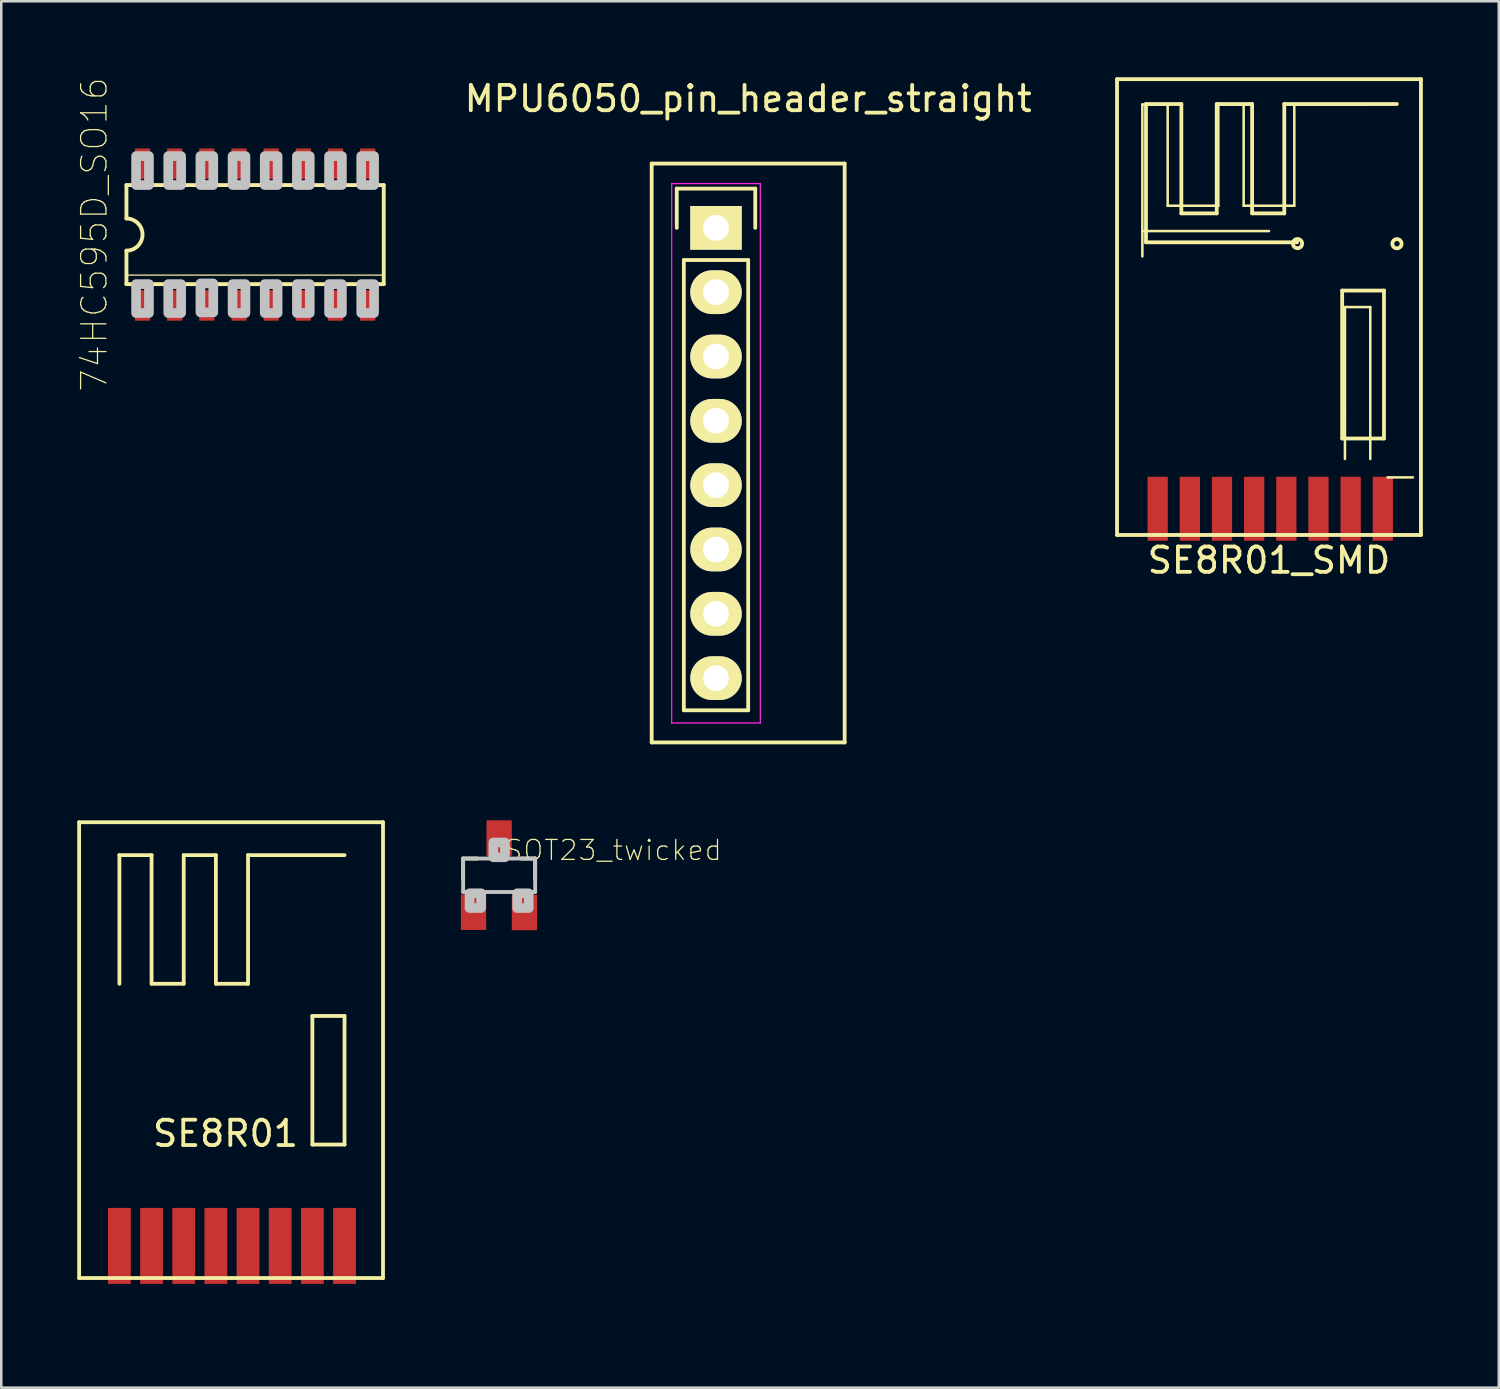
<source format=kicad_pcb>
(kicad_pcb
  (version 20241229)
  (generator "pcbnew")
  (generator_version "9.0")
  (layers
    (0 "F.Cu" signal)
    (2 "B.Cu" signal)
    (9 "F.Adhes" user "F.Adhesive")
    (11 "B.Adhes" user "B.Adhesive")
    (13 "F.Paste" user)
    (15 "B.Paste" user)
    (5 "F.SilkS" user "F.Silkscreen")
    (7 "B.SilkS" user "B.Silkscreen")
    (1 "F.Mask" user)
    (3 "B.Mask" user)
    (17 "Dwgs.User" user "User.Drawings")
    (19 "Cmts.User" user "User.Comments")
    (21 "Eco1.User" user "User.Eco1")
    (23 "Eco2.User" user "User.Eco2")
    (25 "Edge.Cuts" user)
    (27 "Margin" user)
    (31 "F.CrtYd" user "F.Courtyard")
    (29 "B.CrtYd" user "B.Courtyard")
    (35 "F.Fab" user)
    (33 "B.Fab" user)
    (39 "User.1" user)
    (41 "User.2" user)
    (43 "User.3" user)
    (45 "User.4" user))
  (footprint "SE8R01"
    (layer "F.Cu")
    (at 0.395 48.498)
    (property "Reference" "SE8R01" (at 5.459 -6.787 180) (layer "F.SilkS") (effects (font (size 1 1) (thickness 0.15))))
    (attr through_hole)
    (fp_line (start -0.32 -19.08) (end -0.32 -1.08) (stroke (width 0.15) (type solid)) (layer "F.SilkS"))
    (fp_line (start -0.32 -1.08) (end 11.68 -1.08) (stroke (width 0.15) (type solid)) (layer "F.SilkS"))
    (fp_line (start 1.27 -17.78) (end 2.54 -17.78) (stroke (width 0.15) (type solid)) (layer "F.SilkS"))
    (fp_line (start 1.27 -12.7) (end 1.27 -17.78) (stroke (width 0.15) (type solid)) (layer "F.SilkS"))
    (fp_line (start 2.54 -17.78) (end 2.54 -12.7) (stroke (width 0.15) (type solid)) (layer "F.SilkS"))
    (fp_line (start 2.54 -12.7) (end 3.81 -12.7) (stroke (width 0.15) (type solid)) (layer "F.SilkS"))
    (fp_line (start 3.81 -17.78) (end 5.08 -17.78) (stroke (width 0.15) (type solid)) (layer "F.SilkS"))
    (fp_line (start 3.81 -12.7) (end 3.81 -17.78) (stroke (width 0.15) (type solid)) (layer "F.SilkS"))
    (fp_line (start 5.08 -17.78) (end 5.08 -12.7) (stroke (width 0.15) (type solid)) (layer "F.SilkS"))
    (fp_line (start 5.08 -12.7) (end 6.35 -12.7) (stroke (width 0.15) (type solid)) (layer "F.SilkS"))
    (fp_line (start 6.35 -17.78) (end 10.16 -17.78) (stroke (width 0.15) (type solid)) (layer "F.SilkS"))
    (fp_line (start 6.35 -12.7) (end 6.35 -17.78) (stroke (width 0.15) (type solid)) (layer "F.SilkS"))
    (fp_line (start 8.89 -11.43) (end 10.16 -11.43) (stroke (width 0.15) (type solid)) (layer "F.SilkS"))
    (fp_line (start 8.89 -6.35) (end 8.89 -11.43) (stroke (width 0.15) (type solid)) (layer "F.SilkS"))
    (fp_line (start 10.16 -11.43) (end 10.16 -6.35) (stroke (width 0.15) (type solid)) (layer "F.SilkS"))
    (fp_line (start 10.16 -6.35) (end 8.89 -6.35) (stroke (width 0.15) (type solid)) (layer "F.SilkS"))
    (fp_line (start 11.68 -19.08) (end -0.32 -19.08) (stroke (width 0.15) (type solid)) (layer "F.SilkS"))
    (fp_line (start 11.68 -1.08) (end 11.68 -19.08) (stroke (width 0.15) (type solid)) (layer "F.SilkS"))
    (pad "1" smd rect (at 1.27 -2.35) (size 0.9 3) (layers "F.Cu"))
    (pad "2" smd rect (at 2.54 -2.35) (size 0.9 3) (layers "F.Cu"))
    (pad "3" smd rect (at 3.81 -2.35) (size 0.9 3) (layers "F.Cu"))
    (pad "4" smd rect (at 5.08 -2.35) (size 0.9 3) (layers "F.Cu"))
    (pad "5" smd rect (at 6.35 -2.35) (size 0.9 3) (layers "F.Cu"))
    (pad "6" smd rect (at 7.62 -2.35) (size 0.9 3) (layers "F.Cu"))
    (pad "7" smd rect (at 8.89 -2.35) (size 0.9 3) (layers "F.Cu"))
    (pad "8" smd rect (at 10.16 -2.35) (size 0.9 3) (layers "F.Cu")))
  (footprint "SOT23_twicked"
    (layer "F.Cu")
    (at 16.66 31.513)
    (property "Reference" "SOT23_twicked" (at 4.5 -0.99 0) (layer "F.SilkS") (effects (font (size 0.787 0.787) (thickness 0.05))))
    (attr smd)
    (fp_line (start -1.422 -0.66) (end -0.864 -0.66) (stroke (width 0.152) (type solid)) (layer "F.SilkS"))
    (fp_line (start -1.422 0.152) (end -1.422 -0.66) (stroke (width 0.152) (type solid)) (layer "F.SilkS"))
    (fp_line (start 0.864 -0.66) (end 1.422 -0.66) (stroke (width 0.152) (type solid)) (layer "F.SilkS"))
    (fp_line (start 1.422 -0.66) (end 1.422 0.152) (stroke (width 0.152) (type solid)) (layer "F.SilkS"))
    (fp_line (start -1.422 -0.66) (end 1.422 -0.66) (stroke (width 0.152) (type solid)) (layer "Dwgs.User"))
    (fp_line (start -1.422 0.66) (end -1.422 -0.66) (stroke (width 0.152) (type solid)) (layer "Dwgs.User"))
    (fp_line (start 1.422 -0.66) (end 1.422 0.66) (stroke (width 0.152) (type solid)) (layer "Dwgs.User"))
    (fp_line (start 1.422 0.66) (end -1.422 0.66) (stroke (width 0.152) (type solid)) (layer "Dwgs.User"))
    (fp_poly (pts (xy -1.168 0.711) (xy -0.711 0.711) (xy -0.711 1.295) (xy -1.168 1.295)) (stroke (width 0.381) (type solid)) (fill no) (layer "Dwgs.User"))
    (fp_poly (pts (xy -0.229 -1.295) (xy 0.229 -1.295) (xy 0.229 -0.711) (xy -0.229 -0.711)) (stroke (width 0.381) (type solid)) (fill no) (layer "Dwgs.User"))
    (fp_poly (pts (xy 0.711 0.711) (xy 1.168 0.711) (xy 1.168 1.295) (xy 0.711 1.295)) (stroke (width 0.381) (type solid)) (fill no) (layer "Dwgs.User"))
    (pad "1" smd rect (at -1.01 1.46) (size 1 1.4) (layers "F.Cu" "F.Mask" "F.Paste"))
    (pad "2" smd rect (at 1 1.47) (size 1 1.4) (layers "F.Cu" "F.Mask" "F.Paste"))
    (pad "3" smd rect (at 0 -1.47) (size 1 1.4) (layers "F.Cu" "F.Mask" "F.Paste")))
  (footprint "MPU6050_pin_header_straight"
    (layer "F.Cu")
    (at 25.224 5.948)
    (property "Reference" "MPU6050_pin_header_straight" (at 1.27 -5.1 0) (layer "F.SilkS") (effects (font (size 1 1) (thickness 0.15))))
    (attr through_hole)
    (fp_line (start -2.54 -2.54) (end 5.08 -2.54) (stroke (width 0.15) (type solid)) (layer "F.SilkS"))
    (fp_line (start -2.54 20.32) (end -2.54 -2.54) (stroke (width 0.15) (type solid)) (layer "F.SilkS"))
    (fp_line (start -1.55 -1.55) (end 1.55 -1.55) (stroke (width 0.15) (type solid)) (layer "F.SilkS"))
    (fp_line (start -1.55 0) (end -1.55 -1.55) (stroke (width 0.15) (type solid)) (layer "F.SilkS"))
    (fp_line (start -1.27 19.05) (end -1.27 1.27) (stroke (width 0.15) (type solid)) (layer "F.SilkS"))
    (fp_line (start 1.27 1.27) (end -1.27 1.27) (stroke (width 0.15) (type solid)) (layer "F.SilkS"))
    (fp_line (start 1.27 1.27) (end 1.27 19.05) (stroke (width 0.15) (type solid)) (layer "F.SilkS"))
    (fp_line (start 1.27 19.05) (end -1.27 19.05) (stroke (width 0.15) (type solid)) (layer "F.SilkS"))
    (fp_line (start 1.55 -1.55) (end 1.55 0) (stroke (width 0.15) (type solid)) (layer "F.SilkS"))
    (fp_line (start 5.08 -2.54) (end 5.08 20.32) (stroke (width 0.15) (type solid)) (layer "F.SilkS"))
    (fp_line (start 5.08 20.32) (end -2.54 20.32) (stroke (width 0.15) (type solid)) (layer "F.SilkS"))
    (fp_line (start -1.75 -1.75) (end -1.75 19.55) (stroke (width 0.05) (type solid)) (layer "F.CrtYd"))
    (fp_line (start -1.75 -1.75) (end 1.75 -1.75) (stroke (width 0.05) (type solid)) (layer "F.CrtYd"))
    (fp_line (start -1.75 19.55) (end 1.75 19.55) (stroke (width 0.05) (type solid)) (layer "F.CrtYd"))
    (fp_line (start 1.75 -1.75) (end 1.75 19.55) (stroke (width 0.05) (type solid)) (layer "F.CrtYd"))
    (pad "1" thru_hole rect (at 0 0) (size 2.032 1.727) (drill 1.016) (layers "*.Cu" "*.Mask" "F.SilkS"))
    (pad "2" thru_hole oval (at 0 2.54) (size 2.032 1.727) (drill 1.016) (layers "*.Cu" "*.Mask" "F.SilkS"))
    (pad "3" thru_hole oval (at 0 5.08) (size 2.032 1.727) (drill 1.016) (layers "*.Cu" "*.Mask" "F.SilkS"))
    (pad "4" thru_hole oval (at 0 7.62) (size 2.032 1.727) (drill 1.016) (layers "*.Cu" "*.Mask" "F.SilkS"))
    (pad "5" thru_hole oval (at 0 10.16) (size 2.032 1.727) (drill 1.016) (layers "*.Cu" "*.Mask" "F.SilkS"))
    (pad "6" thru_hole oval (at 0 12.7) (size 2.032 1.727) (drill 1.016) (layers "*.Cu" "*.Mask" "F.SilkS"))
    (pad "7" thru_hole oval (at 0 15.24) (size 2.032 1.727) (drill 1.016) (layers "*.Cu" "*.Mask" "F.SilkS"))
    (pad "8" thru_hole oval (at 0 17.78) (size 2.032 1.727) (drill 1.016) (layers "*.Cu" "*.Mask" "F.SilkS")))
  (footprint "74HC595D_SO16"
    (layer "F.Cu")
    (at 7.023 6.213)
    (property "Reference" "74HC595D_SO16" (at -6.35 0 90) (layer "F.SilkS") (effects (font (size 1 1) (thickness 0.05))))
    (attr smd)
    (fp_line (start -5.08 -0.635) (end -5.08 -1.956) (stroke (width 0.152) (type solid)) (layer "F.SilkS"))
    (fp_line (start -5.08 1.6) (end 5.08 1.6) (stroke (width 0.051) (type solid)) (layer "F.SilkS"))
    (fp_line (start -5.08 1.956) (end -5.08 0.635) (stroke (width 0.152) (type solid)) (layer "F.SilkS"))
    (fp_line (start -5.08 1.956) (end 5.08 1.956) (stroke (width 0.152) (type solid)) (layer "F.SilkS"))
    (fp_line (start 5.08 -1.956) (end -5.08 -1.956) (stroke (width 0.152) (type solid)) (layer "F.SilkS"))
    (fp_line (start 5.08 1.956) (end 5.08 -1.956) (stroke (width 0.152) (type solid)) (layer "F.SilkS"))
    (fp_arc (start -5.08 -0.635) (mid -4.445 0) (end -5.08 0.635) (stroke (width 0.1524) (type solid)) (layer "F.SilkS"))
    (fp_poly (pts (xy -4.699 -3.099) (xy -4.191 -3.099) (xy -4.191 -1.956) (xy -4.699 -1.956)) (stroke (width 0.381) (type solid)) (fill no) (layer "Dwgs.User"))
    (fp_poly (pts (xy -4.699 1.956) (xy -4.191 1.956) (xy -4.191 3.099) (xy -4.699 3.099)) (stroke (width 0.381) (type solid)) (fill no) (layer "Dwgs.User"))
    (fp_poly (pts (xy -3.429 -3.099) (xy -2.921 -3.099) (xy -2.921 -1.956) (xy -3.429 -1.956)) (stroke (width 0.381) (type solid)) (fill no) (layer "Dwgs.User"))
    (fp_poly (pts (xy -3.429 1.956) (xy -2.921 1.956) (xy -2.921 3.099) (xy -3.429 3.099)) (stroke (width 0.381) (type solid)) (fill no) (layer "Dwgs.User"))
    (fp_poly (pts (xy -2.159 -3.099) (xy -1.651 -3.099) (xy -1.651 -1.956) (xy -2.159 -1.956)) (stroke (width 0.381) (type solid)) (fill no) (layer "Dwgs.User"))
    (fp_poly (pts (xy -2.159 1.93) (xy -1.651 1.93) (xy -1.651 3.073) (xy -2.159 3.073)) (stroke (width 0.381) (type solid)) (fill no) (layer "Dwgs.User"))
    (fp_poly (pts (xy -0.889 -3.099) (xy -0.381 -3.099) (xy -0.381 -1.956) (xy -0.889 -1.956)) (stroke (width 0.381) (type solid)) (fill no) (layer "Dwgs.User"))
    (fp_poly (pts (xy -0.889 1.956) (xy -0.381 1.956) (xy -0.381 3.099) (xy -0.889 3.099)) (stroke (width 0.381) (type solid)) (fill no) (layer "Dwgs.User"))
    (fp_poly (pts (xy 0.381 -3.099) (xy 0.889 -3.099) (xy 0.889 -1.956) (xy 0.381 -1.956)) (stroke (width 0.381) (type solid)) (fill no) (layer "Dwgs.User"))
    (fp_poly (pts (xy 0.381 1.956) (xy 0.889 1.956) (xy 0.889 3.099) (xy 0.381 3.099)) (stroke (width 0.381) (type solid)) (fill no) (layer "Dwgs.User"))
    (fp_poly (pts (xy 1.651 -3.099) (xy 2.159 -3.099) (xy 2.159 -1.956) (xy 1.651 -1.956)) (stroke (width 0.381) (type solid)) (fill no) (layer "Dwgs.User"))
    (fp_poly (pts (xy 1.651 1.956) (xy 2.159 1.956) (xy 2.159 3.099) (xy 1.651 3.099)) (stroke (width 0.381) (type solid)) (fill no) (layer "Dwgs.User"))
    (fp_poly (pts (xy 2.921 -3.099) (xy 3.429 -3.099) (xy 3.429 -1.956) (xy 2.921 -1.956)) (stroke (width 0.381) (type solid)) (fill no) (layer "Dwgs.User"))
    (fp_poly (pts (xy 2.921 1.956) (xy 3.429 1.956) (xy 3.429 3.099) (xy 2.921 3.099)) (stroke (width 0.381) (type solid)) (fill no) (layer "Dwgs.User"))
    (fp_poly (pts (xy 4.191 -3.099) (xy 4.699 -3.099) (xy 4.699 -1.956) (xy 4.191 -1.956)) (stroke (width 0.381) (type solid)) (fill no) (layer "Dwgs.User"))
    (fp_poly (pts (xy 4.191 1.956) (xy 4.699 1.956) (xy 4.699 3.099) (xy 4.191 3.099)) (stroke (width 0.381) (type solid)) (fill no) (layer "Dwgs.User"))
    (pad "1" smd rect (at -4.445 2.8) (size 0.6 1.2) (layers "F.Cu" "F.Mask" "F.Paste"))
    (pad "2" smd rect (at -3.175 2.8) (size 0.6 1.2) (layers "F.Cu" "F.Mask" "F.Paste"))
    (pad "3" smd rect (at -1.905 2.8) (size 0.6 1.2) (layers "F.Cu" "F.Mask" "F.Paste"))
    (pad "4" smd rect (at -0.635 2.8) (size 0.6 1.2) (layers "F.Cu" "F.Mask" "F.Paste"))
    (pad "5" smd rect (at 0.635 2.8) (size 0.6 1.2) (layers "F.Cu" "F.Mask" "F.Paste"))
    (pad "6" smd rect (at 1.905 2.8) (size 0.6 1.2) (layers "F.Cu" "F.Mask" "F.Paste"))
    (pad "7" smd rect (at 3.175 2.8) (size 0.6 1.2) (layers "F.Cu" "F.Mask" "F.Paste"))
    (pad "8" smd rect (at 4.445 2.8) (size 0.6 1.2) (layers "F.Cu" "F.Mask" "F.Paste"))
    (pad "9" smd rect (at 4.445 -2.8) (size 0.6 1.2) (layers "F.Cu" "F.Mask" "F.Paste"))
    (pad "10" smd rect (at 3.175 -2.8) (size 0.6 1.2) (layers "F.Cu" "F.Mask" "F.Paste"))
    (pad "11" smd rect (at 1.905 -2.8) (size 0.6 1.2) (layers "F.Cu" "F.Mask" "F.Paste"))
    (pad "12" smd rect (at 0.635 -2.8) (size 0.6 1.2) (layers "F.Cu" "F.Mask" "F.Paste"))
    (pad "13" smd rect (at -0.635 -2.8) (size 0.6 1.2) (layers "F.Cu" "F.Mask" "F.Paste"))
    (pad "14" smd rect (at -1.905 -2.8) (size 0.6 1.2) (layers "F.Cu" "F.Mask" "F.Paste"))
    (pad "15" smd rect (at -3.175 -2.8) (size 0.6 1.2) (layers "F.Cu" "F.Mask" "F.Paste"))
    (pad "16" smd rect (at -4.445 -2.8) (size 0.6 1.2) (layers "F.Cu" "F.Mask" "F.Paste")))
  (footprint "SE8R01_SMD"
    (layer "F.Cu")
    (at 41.06 18.075)
    (property "Reference" "SE8R01_SMD" (at 6 1 0) (layer "F.SilkS") (effects (font (size 1 1) (thickness 0.15))))
    (attr through_hole)
    (fp_line (start 0 -18) (end 0 0) (stroke (width 0.1) (type solid)) (layer "F.SilkS"))
    (fp_line (start 0 -18) (end 12 -18) (stroke (width 0.15) (type solid)) (layer "F.SilkS"))
    (fp_line (start 0 0) (end 0 -18) (stroke (width 0.15) (type solid)) (layer "F.SilkS"))
    (fp_line (start 0 0) (end 12 0) (stroke (width 0.1) (type solid)) (layer "F.SilkS"))
    (fp_line (start 1 -17) (end 2 -17) (stroke (width 0.1) (type solid)) (layer "F.SilkS"))
    (fp_line (start 1 -12) (end 6 -12) (stroke (width 0.1) (type solid)) (layer "F.SilkS"))
    (fp_line (start 1 -11) (end 1 -17) (stroke (width 0.1) (type solid)) (layer "F.SilkS"))
    (fp_line (start 1.143 -17.018) (end 2.54 -17.018) (stroke (width 0.15) (type solid)) (layer "F.SilkS"))
    (fp_line (start 1.143 -11.557) (end 1.143 -17.018) (stroke (width 0.15) (type solid)) (layer "F.SilkS"))
    (fp_line (start 2 -17) (end 2 -13) (stroke (width 0.1) (type solid)) (layer "F.SilkS"))
    (fp_line (start 2 -13) (end 4 -13) (stroke (width 0.1) (type solid)) (layer "F.SilkS"))
    (fp_line (start 2.54 -17.018) (end 2.54 -12.7) (stroke (width 0.15) (type solid)) (layer "F.SilkS"))
    (fp_line (start 2.54 -12.7) (end 3.937 -12.7) (stroke (width 0.15) (type solid)) (layer "F.SilkS"))
    (fp_line (start 3.937 -17.018) (end 5.334 -17.018) (stroke (width 0.15) (type solid)) (layer "F.SilkS"))
    (fp_line (start 3.937 -12.7) (end 3.937 -17.018) (stroke (width 0.15) (type solid)) (layer "F.SilkS"))
    (fp_line (start 4 -17) (end 5 -17) (stroke (width 0.1) (type solid)) (layer "F.SilkS"))
    (fp_line (start 4 -13) (end 4 -17) (stroke (width 0.1) (type solid)) (layer "F.SilkS"))
    (fp_line (start 5 -17) (end 5 -13) (stroke (width 0.1) (type solid)) (layer "F.SilkS"))
    (fp_line (start 5 -13) (end 7 -13) (stroke (width 0.1) (type solid)) (layer "F.SilkS"))
    (fp_line (start 5.334 -17.018) (end 5.334 -12.7) (stroke (width 0.15) (type solid)) (layer "F.SilkS"))
    (fp_line (start 5.334 -12.7) (end 6.604 -12.7) (stroke (width 0.15) (type solid)) (layer "F.SilkS"))
    (fp_line (start 6.604 -17.018) (end 11.049 -17.018) (stroke (width 0.15) (type solid)) (layer "F.SilkS"))
    (fp_line (start 6.604 -12.7) (end 6.604 -17.018) (stroke (width 0.15) (type solid)) (layer "F.SilkS"))
    (fp_line (start 7 -17) (end 10 -17) (stroke (width 0.1) (type solid)) (layer "F.SilkS"))
    (fp_line (start 7 -13) (end 7 -17) (stroke (width 0.1) (type solid)) (layer "F.SilkS"))
    (fp_line (start 7.112 -11.557) (end 1.143 -11.557) (stroke (width 0.15) (type solid)) (layer "F.SilkS"))
    (fp_line (start 8.89 -9.652) (end 8.89 -3.81) (stroke (width 0.15) (type solid)) (layer "F.SilkS"))
    (fp_line (start 8.89 -3.81) (end 10.541 -3.81) (stroke (width 0.15) (type solid)) (layer "F.SilkS"))
    (fp_line (start 9 -9) (end 10 -9) (stroke (width 0.1) (type solid)) (layer "F.SilkS"))
    (fp_line (start 9 -5) (end 9 -9) (stroke (width 0.1) (type solid)) (layer "F.SilkS"))
    (fp_line (start 9 -3) (end 9 -5) (stroke (width 0.1) (type solid)) (layer "F.SilkS"))
    (fp_line (start 10 -9) (end 10 -3) (stroke (width 0.1) (type solid)) (layer "F.SilkS"))
    (fp_line (start 10.541 -9.652) (end 8.89 -9.652) (stroke (width 0.15) (type solid)) (layer "F.SilkS"))
    (fp_line (start 10.541 -3.81) (end 10.541 -9.652) (stroke (width 0.15) (type solid)) (layer "F.SilkS"))
    (fp_line (start 11.681 -2.274) (end 10.681 -2.274) (stroke (width 0.1) (type solid)) (layer "F.SilkS"))
    (fp_line (start 12 -18) (end 0 -18) (stroke (width 0.1) (type solid)) (layer "F.SilkS"))
    (fp_line (start 12 -18) (end 12 0) (stroke (width 0.15) (type solid)) (layer "F.SilkS"))
    (fp_line (start 12 0) (end 0 0) (stroke (width 0.15) (type solid)) (layer "F.SilkS"))
    (fp_line (start 12 0) (end 12 -18) (stroke (width 0.1) (type solid)) (layer "F.SilkS"))
    (fp_circle (center 7.127 -11.506) (end 7.203 -11.341) (stroke (width 0.15) (type solid)) (fill no) (layer "F.SilkS"))
    (fp_circle (center 11.054 -11.501) (end 11.13 -11.336) (stroke (width 0.15) (type solid)) (fill no) (layer "F.SilkS"))
    (pad "1" smd rect (at 1.605 -1.036) (size 0.8 2.524) (layers "F.Cu" "F.Mask" "F.Paste"))
    (pad "2" smd rect (at 2.875 -1.036) (size 0.8 2.524) (layers "F.Cu" "F.Mask" "F.Paste"))
    (pad "3" smd rect (at 4.145 -1.036) (size 0.8 2.524) (layers "F.Cu" "F.Mask" "F.Paste"))
    (pad "4" smd rect (at 5.415 -1.036) (size 0.8 2.524) (layers "F.Cu" "F.Mask" "F.Paste"))
    (pad "5" smd rect (at 6.685 -1.036) (size 0.8 2.524) (layers "F.Cu" "F.Mask" "F.Paste"))
    (pad "6" smd rect (at 7.955 -1.036) (size 0.8 2.524) (layers "F.Cu" "F.Mask" "F.Paste"))
    (pad "7" smd rect (at 9.225 -1.036) (size 0.8 2.524) (layers "F.Cu" "F.Mask" "F.Paste"))
    (pad "8" smd rect (at 10.495 -1.036) (size 0.8 2.524) (layers "F.Cu" "F.Mask" "F.Paste")))
  (gr_rect
    (start -3 -3)
    (end 56.135 51.748)
    (stroke (width 0.1) (type default))
    (fill no)
    (layer "Edge.Cuts")))
</source>
